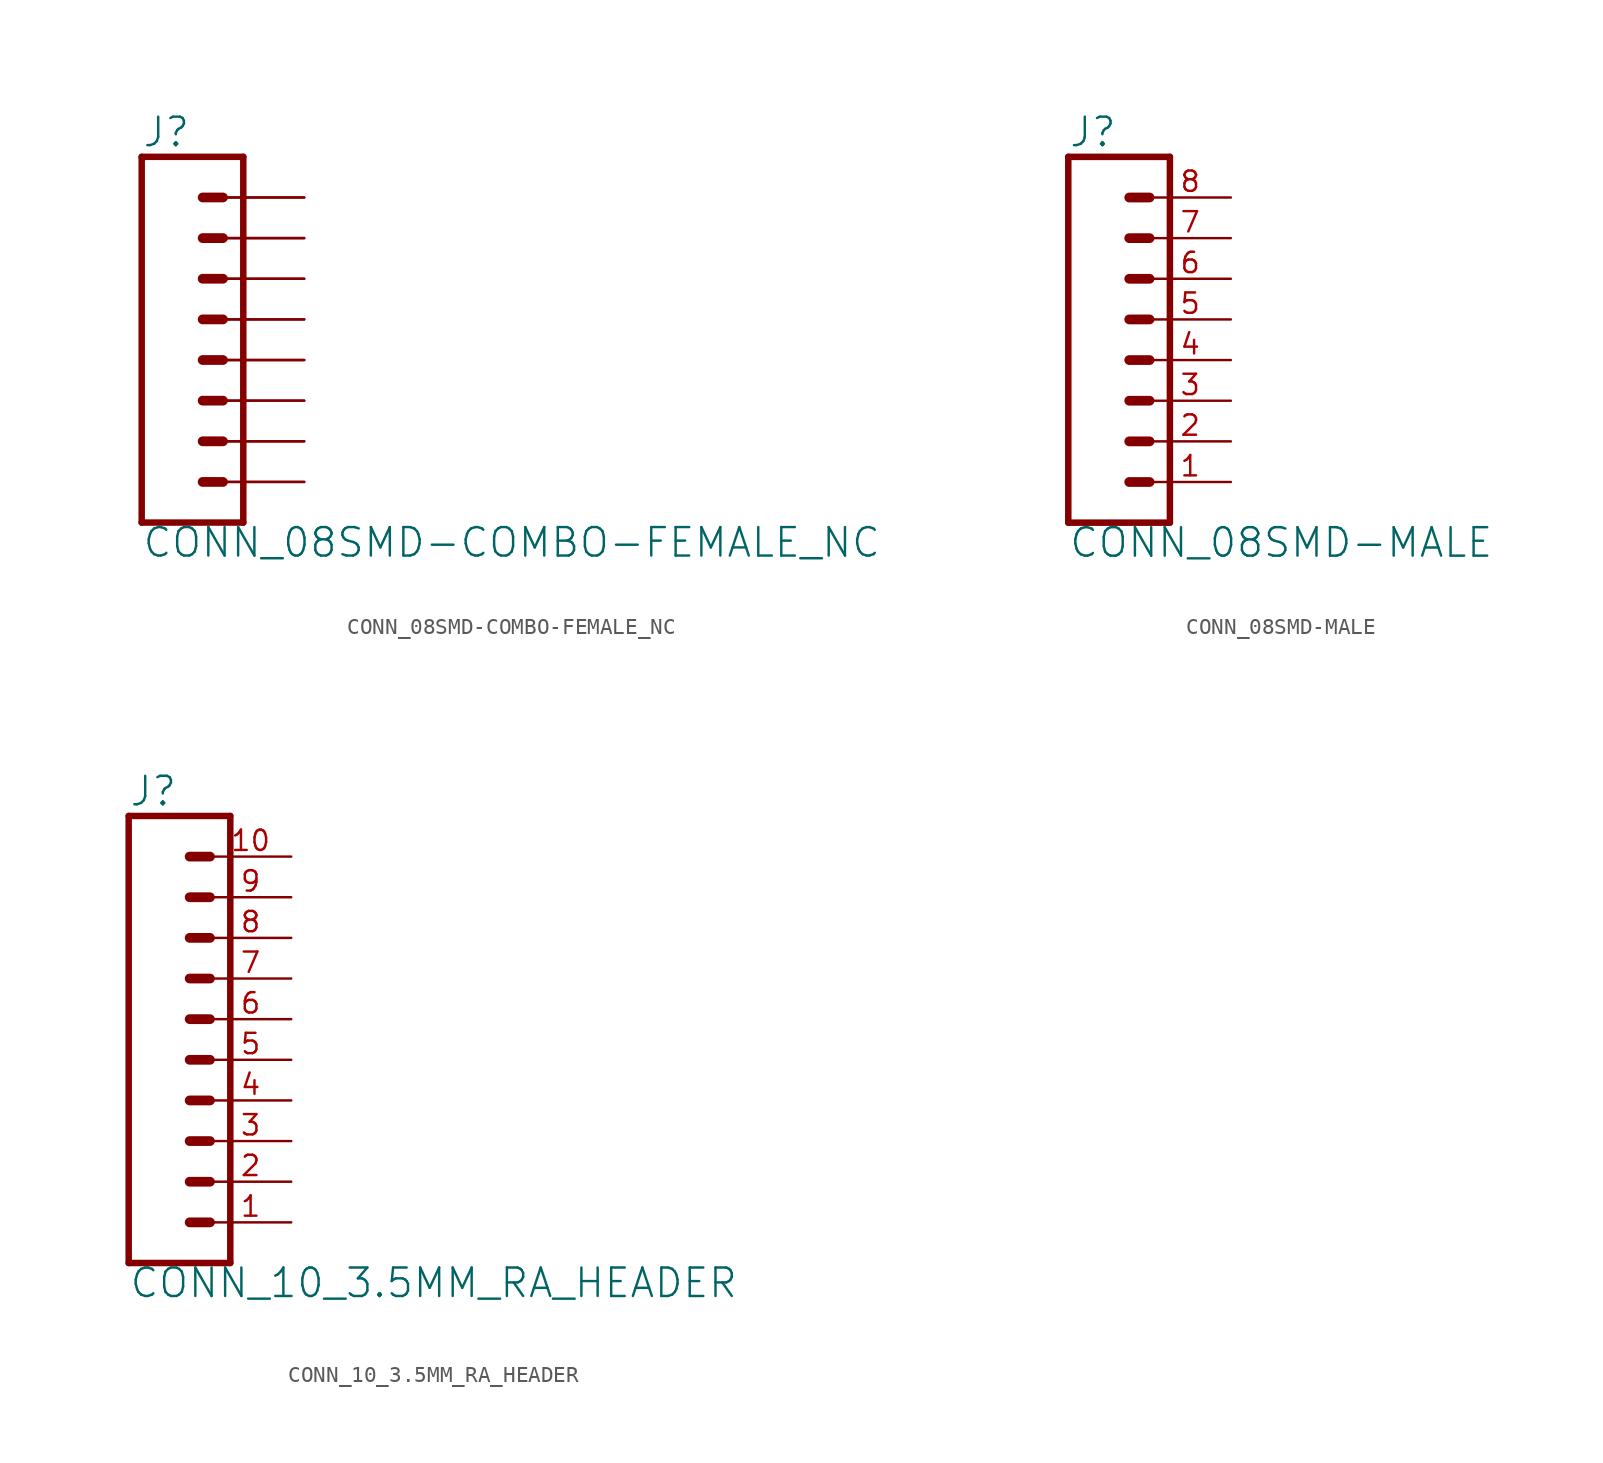
<source format=kicad_sym>
(kicad_symbol_lib
  (version 20211014)
  (generator kicad_symbol_editor)
  (symbol "CONN_08SMD-COMBO-FEMALE_NC"
    (property "Reference" "J"
      (at -5.08 13.208 0)
      (effects (font (size 1.778 1.778)) (justify left bottom)))
    (property "Value" "CONN_08SMD-COMBO-FEMALE_NC"
      (at -5.08 -12.446 0)
      (effects (font (size 1.778 1.778)) (justify left bottom)))
    (property "ki_locked" ""
      (at 0 0 0)
      (effects (font (size 1.27 1.27))))
    (symbol "CONN_08SMD-COMBO-FEMALE_NC_1_0"
      (polyline (pts (xy -5.08 12.7) (xy -5.08 -10.16)) (stroke (width 0.406) (type default) (color 0 0 0 0)) (fill (type none)))
      (polyline (pts (xy -5.08 12.7) (xy 1.27 12.7)) (stroke (width 0.406) (type default) (color 0 0 0 0)) (fill (type none)))
      (polyline (pts (xy -1.27 -7.62) (xy 0 -7.62)) (stroke (width 0.61) (type default) (color 0 0 0 0)) (fill (type none)))
      (polyline (pts (xy -1.27 -5.08) (xy 0 -5.08)) (stroke (width 0.61) (type default) (color 0 0 0 0)) (fill (type none)))
      (polyline (pts (xy -1.27 -2.54) (xy 0 -2.54)) (stroke (width 0.61) (type default) (color 0 0 0 0)) (fill (type none)))
      (polyline (pts (xy -1.27 0) (xy 0 0)) (stroke (width 0.61) (type default) (color 0 0 0 0)) (fill (type none)))
      (polyline (pts (xy -1.27 2.54) (xy 0 2.54)) (stroke (width 0.61) (type default) (color 0 0 0 0)) (fill (type none)))
      (polyline (pts (xy -1.27 5.08) (xy 0 5.08)) (stroke (width 0.61) (type default) (color 0 0 0 0)) (fill (type none)))
      (polyline (pts (xy -1.27 7.62) (xy 0 7.62)) (stroke (width 0.61) (type default) (color 0 0 0 0)) (fill (type none)))
      (polyline (pts (xy -1.27 10.16) (xy 0 10.16)) (stroke (width 0.61) (type default) (color 0 0 0 0)) (fill (type none)))
      (polyline (pts (xy 1.27 -10.16) (xy -5.08 -10.16)) (stroke (width 0.406) (type default) (color 0 0 0 0)) (fill (type none)))
      (polyline (pts (xy 1.27 -10.16) (xy 1.27 12.7)) (stroke (width 0.406) (type default) (color 0 0 0 0)) (fill (type none)))
      (pin passive line (at 5.08 -7.62 180) (length 5.08) (name "1" (effects (font (size 0 0)))) (number "1" (effects (font (size 0 0)))))
      (pin passive line (at 5.08 -7.62 180) (length 5.08) (name "1" (effects (font (size 0 0)))) (number "1@2" (effects (font (size 0 0)))))
      (pin passive line (at 5.08 -5.08 180) (length 5.08) (name "2" (effects (font (size 0 0)))) (number "2" (effects (font (size 0 0)))))
      (pin passive line (at 5.08 -5.08 180) (length 5.08) (name "2" (effects (font (size 0 0)))) (number "2@2" (effects (font (size 0 0)))))
      (pin passive line (at 5.08 -2.54 180) (length 5.08) (name "3" (effects (font (size 0 0)))) (number "3" (effects (font (size 0 0)))))
      (pin passive line (at 5.08 -2.54 180) (length 5.08) (name "3" (effects (font (size 0 0)))) (number "3@2" (effects (font (size 0 0)))))
      (pin passive line (at 5.08 0 180) (length 5.08) (name "4" (effects (font (size 0 0)))) (number "4" (effects (font (size 0 0)))))
      (pin passive line (at 5.08 0 180) (length 5.08) (name "4" (effects (font (size 0 0)))) (number "4@2" (effects (font (size 0 0)))))
      (pin passive line (at 5.08 2.54 180) (length 5.08) (name "5" (effects (font (size 0 0)))) (number "5" (effects (font (size 0 0)))))
      (pin passive line (at 5.08 2.54 180) (length 5.08) (name "5" (effects (font (size 0 0)))) (number "5@2" (effects (font (size 0 0)))))
      (pin passive line (at 5.08 5.08 180) (length 5.08) (name "6" (effects (font (size 0 0)))) (number "6" (effects (font (size 0 0)))))
      (pin passive line (at 5.08 5.08 180) (length 5.08) (name "6" (effects (font (size 0 0)))) (number "6@2" (effects (font (size 0 0)))))
      (pin passive line (at 5.08 7.62 180) (length 5.08) (name "7" (effects (font (size 0 0)))) (number "7" (effects (font (size 0 0)))))
      (pin passive line (at 5.08 7.62 180) (length 5.08) (name "7" (effects (font (size 0 0)))) (number "7@2" (effects (font (size 0 0)))))
      (pin passive line (at 5.08 10.16 180) (length 5.08) (name "8" (effects (font (size 0 0)))) (number "8" (effects (font (size 0 0)))))
      (pin passive line (at 5.08 10.16 180) (length 5.08) (name "8" (effects (font (size 0 0)))) (number "8@2" (effects (font (size 0 0)))))))
  (symbol "CONN_08SMD-MALE"
    (property "Reference" "J"
      (at -5.08 13.208 0)
      (effects (font (size 1.778 1.778)) (justify left bottom)))
    (property "Value" "CONN_08SMD-MALE"
      (at -5.08 -12.446 0)
      (effects (font (size 1.778 1.778)) (justify left bottom)))
    (property "ki_locked" ""
      (at 0 0 0)
      (effects (font (size 1.27 1.27))))
    (symbol "CONN_08SMD-MALE_1_0"
      (polyline (pts (xy -5.08 12.7) (xy -5.08 -10.16)) (stroke (width 0.406) (type default) (color 0 0 0 0)) (fill (type none)))
      (polyline (pts (xy -5.08 12.7) (xy 1.27 12.7)) (stroke (width 0.406) (type default) (color 0 0 0 0)) (fill (type none)))
      (polyline (pts (xy -1.27 -7.62) (xy 0 -7.62)) (stroke (width 0.61) (type default) (color 0 0 0 0)) (fill (type none)))
      (polyline (pts (xy -1.27 -5.08) (xy 0 -5.08)) (stroke (width 0.61) (type default) (color 0 0 0 0)) (fill (type none)))
      (polyline (pts (xy -1.27 -2.54) (xy 0 -2.54)) (stroke (width 0.61) (type default) (color 0 0 0 0)) (fill (type none)))
      (polyline (pts (xy -1.27 0) (xy 0 0)) (stroke (width 0.61) (type default) (color 0 0 0 0)) (fill (type none)))
      (polyline (pts (xy -1.27 2.54) (xy 0 2.54)) (stroke (width 0.61) (type default) (color 0 0 0 0)) (fill (type none)))
      (polyline (pts (xy -1.27 5.08) (xy 0 5.08)) (stroke (width 0.61) (type default) (color 0 0 0 0)) (fill (type none)))
      (polyline (pts (xy -1.27 7.62) (xy 0 7.62)) (stroke (width 0.61) (type default) (color 0 0 0 0)) (fill (type none)))
      (polyline (pts (xy -1.27 10.16) (xy 0 10.16)) (stroke (width 0.61) (type default) (color 0 0 0 0)) (fill (type none)))
      (polyline (pts (xy 1.27 -10.16) (xy -5.08 -10.16)) (stroke (width 0.406) (type default) (color 0 0 0 0)) (fill (type none)))
      (polyline (pts (xy 1.27 -10.16) (xy 1.27 12.7)) (stroke (width 0.406) (type default) (color 0 0 0 0)) (fill (type none)))
      (pin passive line (at 5.08 -7.62 180) (length 5.08) (name "1" (effects (font (size 0 0)))) (number "1" (effects (font (size 1.27 1.27)))))
      (pin passive line (at 5.08 -5.08 180) (length 5.08) (name "2" (effects (font (size 0 0)))) (number "2" (effects (font (size 1.27 1.27)))))
      (pin passive line (at 5.08 -2.54 180) (length 5.08) (name "3" (effects (font (size 0 0)))) (number "3" (effects (font (size 1.27 1.27)))))
      (pin passive line (at 5.08 0 180) (length 5.08) (name "4" (effects (font (size 0 0)))) (number "4" (effects (font (size 1.27 1.27)))))
      (pin passive line (at 5.08 2.54 180) (length 5.08) (name "5" (effects (font (size 0 0)))) (number "5" (effects (font (size 1.27 1.27)))))
      (pin passive line (at 5.08 5.08 180) (length 5.08) (name "6" (effects (font (size 0 0)))) (number "6" (effects (font (size 1.27 1.27)))))
      (pin passive line (at 5.08 7.62 180) (length 5.08) (name "7" (effects (font (size 0 0)))) (number "7" (effects (font (size 1.27 1.27)))))
      (pin passive line (at 5.08 10.16 180) (length 5.08) (name "8" (effects (font (size 0 0)))) (number "8" (effects (font (size 1.27 1.27)))))))
  (symbol "CONN_10_3.5MM_RA_HEADER"
    (property "Reference" "J"
      (at 0 8.128 0)
      (effects (font (size 1.778 1.778)) (justify left bottom)))
    (property "Value" "CONN_10_3.5MM_RA_HEADER"
      (at 0 -22.606 0)
      (effects (font (size 1.778 1.778)) (justify left bottom)))
    (property "ki_locked" ""
      (at 0 0 0)
      (effects (font (size 1.27 1.27))))
    (symbol "CONN_10_3.5MM_RA_HEADER_1_0"
      (polyline (pts (xy 0 7.62) (xy 0 -20.32)) (stroke (width 0.406) (type default) (color 0 0 0 0)) (fill (type none)))
      (polyline (pts (xy 0 7.62) (xy 6.35 7.62)) (stroke (width 0.406) (type default) (color 0 0 0 0)) (fill (type none)))
      (polyline (pts (xy 3.81 -17.78) (xy 5.08 -17.78)) (stroke (width 0.61) (type default) (color 0 0 0 0)) (fill (type none)))
      (polyline (pts (xy 3.81 -15.24) (xy 5.08 -15.24)) (stroke (width 0.61) (type default) (color 0 0 0 0)) (fill (type none)))
      (polyline (pts (xy 3.81 -12.7) (xy 5.08 -12.7)) (stroke (width 0.61) (type default) (color 0 0 0 0)) (fill (type none)))
      (polyline (pts (xy 3.81 -10.16) (xy 5.08 -10.16)) (stroke (width 0.61) (type default) (color 0 0 0 0)) (fill (type none)))
      (polyline (pts (xy 3.81 -7.62) (xy 5.08 -7.62)) (stroke (width 0.61) (type default) (color 0 0 0 0)) (fill (type none)))
      (polyline (pts (xy 3.81 -5.08) (xy 5.08 -5.08)) (stroke (width 0.61) (type default) (color 0 0 0 0)) (fill (type none)))
      (polyline (pts (xy 3.81 -2.54) (xy 5.08 -2.54)) (stroke (width 0.61) (type default) (color 0 0 0 0)) (fill (type none)))
      (polyline (pts (xy 3.81 0) (xy 5.08 0)) (stroke (width 0.61) (type default) (color 0 0 0 0)) (fill (type none)))
      (polyline (pts (xy 3.81 2.54) (xy 5.08 2.54)) (stroke (width 0.61) (type default) (color 0 0 0 0)) (fill (type none)))
      (polyline (pts (xy 3.81 5.08) (xy 5.08 5.08)) (stroke (width 0.61) (type default) (color 0 0 0 0)) (fill (type none)))
      (polyline (pts (xy 6.35 -20.32) (xy 0 -20.32)) (stroke (width 0.406) (type default) (color 0 0 0 0)) (fill (type none)))
      (polyline (pts (xy 6.35 -20.32) (xy 6.35 7.62)) (stroke (width 0.406) (type default) (color 0 0 0 0)) (fill (type none)))
      (pin passive line (at 10.16 -17.78 180) (length 5.08) (name "1" (effects (font (size 0 0)))) (number "1" (effects (font (size 1.27 1.27)))))
      (pin passive line (at 10.16 5.08 180) (length 5.08) (name "10" (effects (font (size 0 0)))) (number "10" (effects (font (size 1.27 1.27)))))
      (pin passive line (at 10.16 -15.24 180) (length 5.08) (name "2" (effects (font (size 0 0)))) (number "2" (effects (font (size 1.27 1.27)))))
      (pin passive line (at 10.16 -12.7 180) (length 5.08) (name "3" (effects (font (size 0 0)))) (number "3" (effects (font (size 1.27 1.27)))))
      (pin passive line (at 10.16 -10.16 180) (length 5.08) (name "4" (effects (font (size 0 0)))) (number "4" (effects (font (size 1.27 1.27)))))
      (pin passive line (at 10.16 -7.62 180) (length 5.08) (name "5" (effects (font (size 0 0)))) (number "5" (effects (font (size 1.27 1.27)))))
      (pin passive line (at 10.16 -5.08 180) (length 5.08) (name "6" (effects (font (size 0 0)))) (number "6" (effects (font (size 1.27 1.27)))))
      (pin passive line (at 10.16 -2.54 180) (length 5.08) (name "7" (effects (font (size 0 0)))) (number "7" (effects (font (size 1.27 1.27)))))
      (pin passive line (at 10.16 0 180) (length 5.08) (name "8" (effects (font (size 0 0)))) (number "8" (effects (font (size 1.27 1.27)))))
      (pin passive line (at 10.16 2.54 180) (length 5.08) (name "9" (effects (font (size 0 0)))) (number "9" (effects (font (size 1.27 1.27))))))))
</source>
